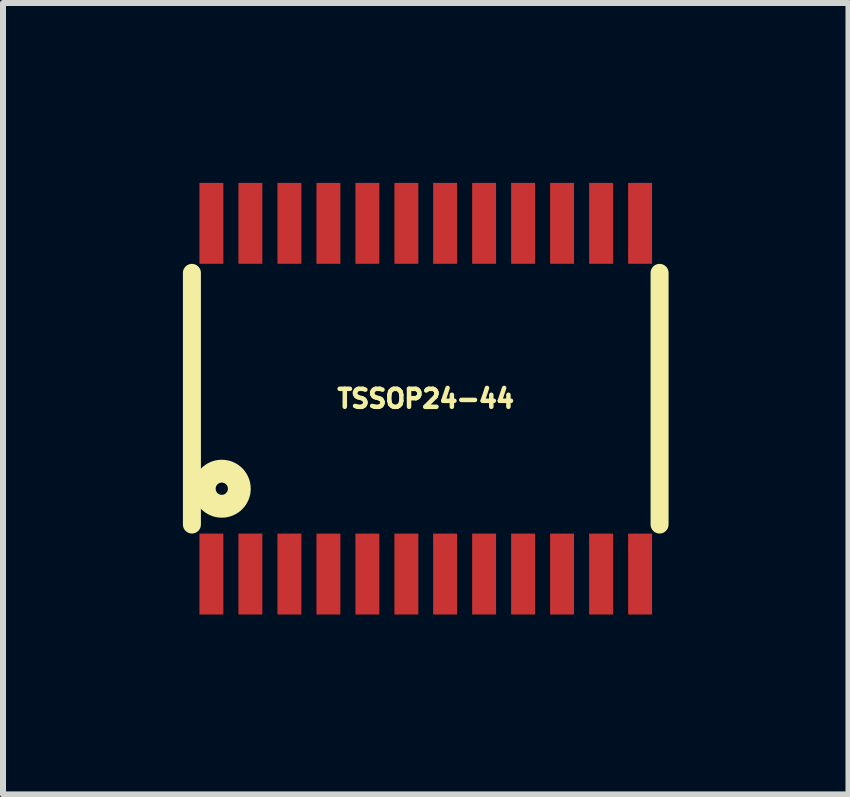
<source format=kicad_pcb>
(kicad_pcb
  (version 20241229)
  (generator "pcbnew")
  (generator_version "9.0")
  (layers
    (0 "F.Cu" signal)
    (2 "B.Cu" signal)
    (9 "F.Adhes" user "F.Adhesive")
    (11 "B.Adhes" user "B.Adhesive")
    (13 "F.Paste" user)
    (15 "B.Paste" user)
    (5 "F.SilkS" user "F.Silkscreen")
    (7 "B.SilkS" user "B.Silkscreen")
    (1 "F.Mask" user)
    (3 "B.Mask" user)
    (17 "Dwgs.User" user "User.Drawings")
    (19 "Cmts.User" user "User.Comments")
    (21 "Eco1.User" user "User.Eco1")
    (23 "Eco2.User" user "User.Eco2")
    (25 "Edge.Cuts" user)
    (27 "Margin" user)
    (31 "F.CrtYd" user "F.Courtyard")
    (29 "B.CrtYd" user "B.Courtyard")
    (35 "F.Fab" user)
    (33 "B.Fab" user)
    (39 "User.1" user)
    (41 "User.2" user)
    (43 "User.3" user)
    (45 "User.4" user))
  (footprint "TSSOP24-44"
    (layer "F.Cu")
    (at 4.049 3.598)
    (property "Reference" "TSSOP24-44" (at 0 0 0) (layer "F.SilkS") (effects (font (size 0.3 0.3) (thickness 0.076))))
    (attr smd)
    (fp_line (start -3.899 -2.098) (end -3.899 2.098) (stroke (width 0.3) (type solid)) (layer "F.SilkS"))
    (fp_line (start 3.899 -2.098) (end 3.899 2.098) (stroke (width 0.3) (type solid)) (layer "F.SilkS"))
    (fp_circle (center -3.401 1.501) (end -3.299 1.501) (stroke (width 0.381) (type solid)) (fill no) (layer "F.SilkS"))
    (pad "1" smd rect (at -3.574 2.924 180) (size 0.399 1.349) (layers "F.Cu" "F.Mask" "F.Paste"))
    (pad "2" smd rect (at -2.924 2.924 180) (size 0.399 1.349) (layers "F.Cu" "F.Mask" "F.Paste"))
    (pad "3" smd rect (at -2.273 2.924 180) (size 0.399 1.349) (layers "F.Cu" "F.Mask" "F.Paste"))
    (pad "4" smd rect (at -1.623 2.924 180) (size 0.399 1.349) (layers "F.Cu" "F.Mask" "F.Paste"))
    (pad "5" smd rect (at -0.973 2.924 180) (size 0.399 1.349) (layers "F.Cu" "F.Mask" "F.Paste"))
    (pad "6" smd rect (at -0.323 2.924 180) (size 0.399 1.349) (layers "F.Cu" "F.Mask" "F.Paste"))
    (pad "7" smd rect (at 0.323 2.924 180) (size 0.399 1.349) (layers "F.Cu" "F.Mask" "F.Paste"))
    (pad "8" smd rect (at 0.973 2.924 180) (size 0.399 1.349) (layers "F.Cu" "F.Mask" "F.Paste"))
    (pad "9" smd rect (at 1.623 2.924 180) (size 0.399 1.349) (layers "F.Cu" "F.Mask" "F.Paste"))
    (pad "10" smd rect (at 2.273 2.924 180) (size 0.399 1.349) (layers "F.Cu" "F.Mask" "F.Paste"))
    (pad "11" smd rect (at 2.924 2.924 180) (size 0.399 1.349) (layers "F.Cu" "F.Mask" "F.Paste"))
    (pad "12" smd rect (at 3.574 2.924 180) (size 0.399 1.349) (layers "F.Cu" "F.Mask" "F.Paste"))
    (pad "13" smd rect (at 3.574 -2.924) (size 0.399 1.349) (layers "F.Cu" "F.Mask" "F.Paste"))
    (pad "14" smd rect (at 2.924 -2.924) (size 0.399 1.349) (layers "F.Cu" "F.Mask" "F.Paste"))
    (pad "15" smd rect (at 2.273 -2.924) (size 0.399 1.349) (layers "F.Cu" "F.Mask" "F.Paste"))
    (pad "16" smd rect (at 1.623 -2.924) (size 0.399 1.349) (layers "F.Cu" "F.Mask" "F.Paste"))
    (pad "17" smd rect (at 0.973 -2.924) (size 0.399 1.349) (layers "F.Cu" "F.Mask" "F.Paste"))
    (pad "18" smd rect (at 0.323 -2.924) (size 0.399 1.349) (layers "F.Cu" "F.Mask" "F.Paste"))
    (pad "19" smd rect (at -0.323 -2.924) (size 0.399 1.349) (layers "F.Cu" "F.Mask" "F.Paste"))
    (pad "20" smd rect (at -0.973 -2.924) (size 0.399 1.349) (layers "F.Cu" "F.Mask" "F.Paste"))
    (pad "21" smd rect (at -1.623 -2.924) (size 0.399 1.349) (layers "F.Cu" "F.Mask" "F.Paste"))
    (pad "22" smd rect (at -2.273 -2.924) (size 0.399 1.349) (layers "F.Cu" "F.Mask" "F.Paste"))
    (pad "23" smd rect (at -2.924 -2.924) (size 0.399 1.349) (layers "F.Cu" "F.Mask" "F.Paste"))
    (pad "24" smd rect (at -3.574 -2.924) (size 0.399 1.349) (layers "F.Cu" "F.Mask" "F.Paste")))
  (gr_rect
    (start -3 -3)
    (end 11.098 10.196)
    (stroke (width 0.1) (type default))
    (fill no)
    (layer "Edge.Cuts")))
</source>
